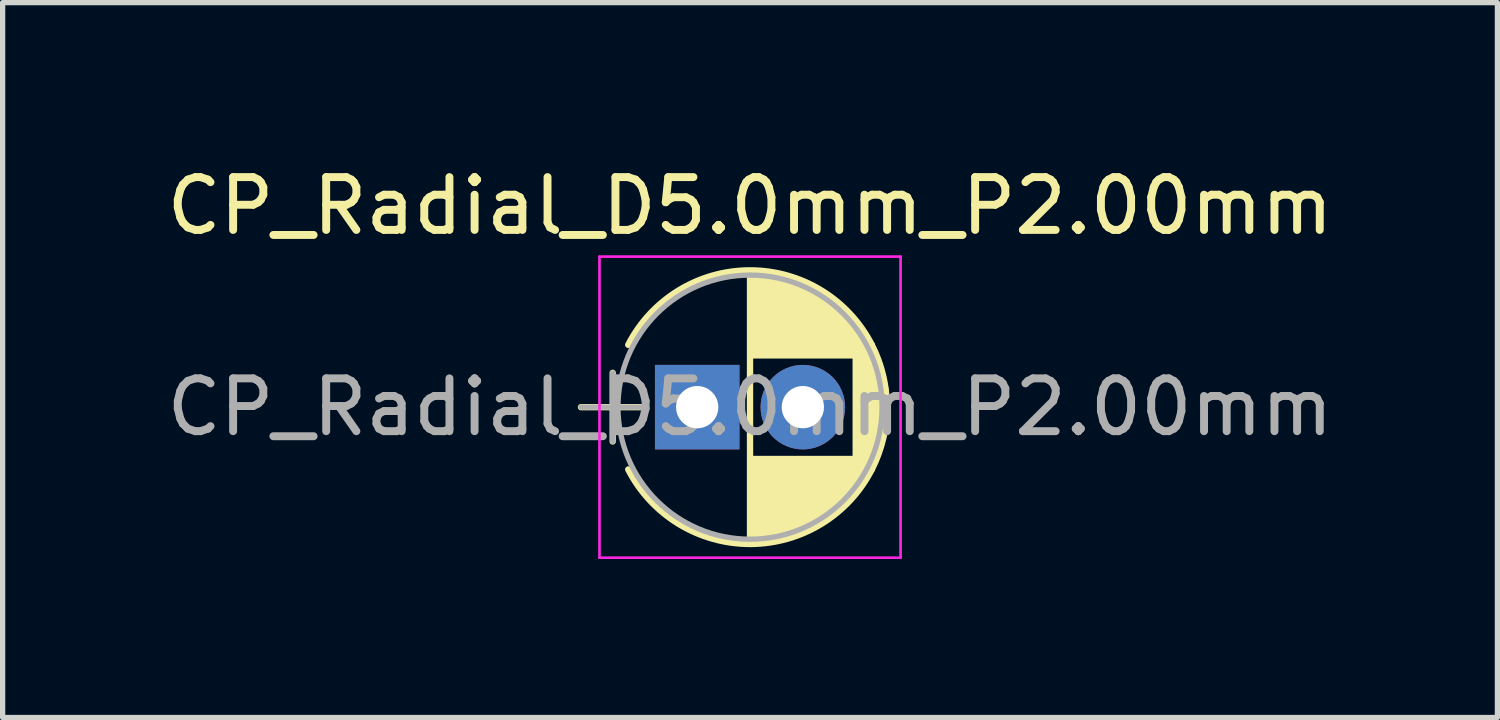
<source format=kicad_pcb>
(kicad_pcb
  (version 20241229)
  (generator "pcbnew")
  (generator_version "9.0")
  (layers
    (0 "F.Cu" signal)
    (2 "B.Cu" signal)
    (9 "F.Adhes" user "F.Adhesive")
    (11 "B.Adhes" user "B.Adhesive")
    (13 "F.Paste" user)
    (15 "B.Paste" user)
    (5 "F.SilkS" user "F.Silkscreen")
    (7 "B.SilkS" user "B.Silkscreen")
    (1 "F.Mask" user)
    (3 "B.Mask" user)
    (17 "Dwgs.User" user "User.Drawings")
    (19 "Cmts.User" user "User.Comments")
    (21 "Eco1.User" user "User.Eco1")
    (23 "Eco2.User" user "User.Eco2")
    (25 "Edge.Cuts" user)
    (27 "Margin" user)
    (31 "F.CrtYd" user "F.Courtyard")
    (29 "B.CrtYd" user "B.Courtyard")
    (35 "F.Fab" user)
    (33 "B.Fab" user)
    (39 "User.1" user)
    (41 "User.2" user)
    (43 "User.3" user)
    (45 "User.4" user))
  (footprint "CP_Radial_D5.0mm_P2.00mm"
    (layer "F.Cu")
    (at 10.149 4.658)
    (property "Reference" "CP_Radial_D5.0mm_P2.00mm" (at 1 -3.81 0) (layer "F.SilkS") (effects (font (size 1 1) (thickness 0.15))))
    (attr through_hole)
    (fp_line (start -2.2 0) (end -1 0) (stroke (width 0.12) (type solid)) (layer "F.SilkS"))
    (fp_line (start -1.6 -0.65) (end -1.6 0.65) (stroke (width 0.12) (type solid)) (layer "F.SilkS"))
    (fp_line (start 1 -2.55) (end 1 2.55) (stroke (width 0.12) (type solid)) (layer "F.SilkS"))
    (fp_line (start 1.04 -2.55) (end 1.04 -0.98) (stroke (width 0.12) (type solid)) (layer "F.SilkS"))
    (fp_line (start 1.04 0.98) (end 1.04 2.55) (stroke (width 0.12) (type solid)) (layer "F.SilkS"))
    (fp_line (start 1.08 -2.549) (end 1.08 -0.98) (stroke (width 0.12) (type solid)) (layer "F.SilkS"))
    (fp_line (start 1.08 0.98) (end 1.08 2.549) (stroke (width 0.12) (type solid)) (layer "F.SilkS"))
    (fp_line (start 1.12 -2.548) (end 1.12 -0.98) (stroke (width 0.12) (type solid)) (layer "F.SilkS"))
    (fp_line (start 1.12 0.98) (end 1.12 2.548) (stroke (width 0.12) (type solid)) (layer "F.SilkS"))
    (fp_line (start 1.16 -2.546) (end 1.16 -0.98) (stroke (width 0.12) (type solid)) (layer "F.SilkS"))
    (fp_line (start 1.16 0.98) (end 1.16 2.546) (stroke (width 0.12) (type solid)) (layer "F.SilkS"))
    (fp_line (start 1.2 -2.543) (end 1.2 -0.98) (stroke (width 0.12) (type solid)) (layer "F.SilkS"))
    (fp_line (start 1.2 0.98) (end 1.2 2.543) (stroke (width 0.12) (type solid)) (layer "F.SilkS"))
    (fp_line (start 1.24 -2.539) (end 1.24 -0.98) (stroke (width 0.12) (type solid)) (layer "F.SilkS"))
    (fp_line (start 1.24 0.98) (end 1.24 2.539) (stroke (width 0.12) (type solid)) (layer "F.SilkS"))
    (fp_line (start 1.28 -2.535) (end 1.28 -0.98) (stroke (width 0.12) (type solid)) (layer "F.SilkS"))
    (fp_line (start 1.28 0.98) (end 1.28 2.535) (stroke (width 0.12) (type solid)) (layer "F.SilkS"))
    (fp_line (start 1.32 -2.531) (end 1.32 -0.98) (stroke (width 0.12) (type solid)) (layer "F.SilkS"))
    (fp_line (start 1.32 0.98) (end 1.32 2.531) (stroke (width 0.12) (type solid)) (layer "F.SilkS"))
    (fp_line (start 1.36 -2.525) (end 1.36 -0.98) (stroke (width 0.12) (type solid)) (layer "F.SilkS"))
    (fp_line (start 1.36 0.98) (end 1.36 2.525) (stroke (width 0.12) (type solid)) (layer "F.SilkS"))
    (fp_line (start 1.4 -2.519) (end 1.4 -0.98) (stroke (width 0.12) (type solid)) (layer "F.SilkS"))
    (fp_line (start 1.4 0.98) (end 1.4 2.519) (stroke (width 0.12) (type solid)) (layer "F.SilkS"))
    (fp_line (start 1.44 -2.513) (end 1.44 -0.98) (stroke (width 0.12) (type solid)) (layer "F.SilkS"))
    (fp_line (start 1.44 0.98) (end 1.44 2.513) (stroke (width 0.12) (type solid)) (layer "F.SilkS"))
    (fp_line (start 1.48 -2.506) (end 1.48 -0.98) (stroke (width 0.12) (type solid)) (layer "F.SilkS"))
    (fp_line (start 1.48 0.98) (end 1.48 2.506) (stroke (width 0.12) (type solid)) (layer "F.SilkS"))
    (fp_line (start 1.52 -2.498) (end 1.52 -0.98) (stroke (width 0.12) (type solid)) (layer "F.SilkS"))
    (fp_line (start 1.52 0.98) (end 1.52 2.498) (stroke (width 0.12) (type solid)) (layer "F.SilkS"))
    (fp_line (start 1.56 -2.489) (end 1.56 -0.98) (stroke (width 0.12) (type solid)) (layer "F.SilkS"))
    (fp_line (start 1.56 0.98) (end 1.56 2.489) (stroke (width 0.12) (type solid)) (layer "F.SilkS"))
    (fp_line (start 1.6 -2.48) (end 1.6 -0.98) (stroke (width 0.12) (type solid)) (layer "F.SilkS"))
    (fp_line (start 1.6 0.98) (end 1.6 2.48) (stroke (width 0.12) (type solid)) (layer "F.SilkS"))
    (fp_line (start 1.64 -2.47) (end 1.64 -0.98) (stroke (width 0.12) (type solid)) (layer "F.SilkS"))
    (fp_line (start 1.64 0.98) (end 1.64 2.47) (stroke (width 0.12) (type solid)) (layer "F.SilkS"))
    (fp_line (start 1.68 -2.46) (end 1.68 -0.98) (stroke (width 0.12) (type solid)) (layer "F.SilkS"))
    (fp_line (start 1.68 0.98) (end 1.68 2.46) (stroke (width 0.12) (type solid)) (layer "F.SilkS"))
    (fp_line (start 1.721 -2.448) (end 1.721 -0.98) (stroke (width 0.12) (type solid)) (layer "F.SilkS"))
    (fp_line (start 1.721 0.98) (end 1.721 2.448) (stroke (width 0.12) (type solid)) (layer "F.SilkS"))
    (fp_line (start 1.761 -2.436) (end 1.761 -0.98) (stroke (width 0.12) (type solid)) (layer "F.SilkS"))
    (fp_line (start 1.761 0.98) (end 1.761 2.436) (stroke (width 0.12) (type solid)) (layer "F.SilkS"))
    (fp_line (start 1.801 -2.424) (end 1.801 -0.98) (stroke (width 0.12) (type solid)) (layer "F.SilkS"))
    (fp_line (start 1.801 0.98) (end 1.801 2.424) (stroke (width 0.12) (type solid)) (layer "F.SilkS"))
    (fp_line (start 1.841 -2.41) (end 1.841 -0.98) (stroke (width 0.12) (type solid)) (layer "F.SilkS"))
    (fp_line (start 1.841 0.98) (end 1.841 2.41) (stroke (width 0.12) (type solid)) (layer "F.SilkS"))
    (fp_line (start 1.881 -2.396) (end 1.881 -0.98) (stroke (width 0.12) (type solid)) (layer "F.SilkS"))
    (fp_line (start 1.881 0.98) (end 1.881 2.396) (stroke (width 0.12) (type solid)) (layer "F.SilkS"))
    (fp_line (start 1.921 -2.382) (end 1.921 -0.98) (stroke (width 0.12) (type solid)) (layer "F.SilkS"))
    (fp_line (start 1.921 0.98) (end 1.921 2.382) (stroke (width 0.12) (type solid)) (layer "F.SilkS"))
    (fp_line (start 1.961 -2.366) (end 1.961 -0.98) (stroke (width 0.12) (type solid)) (layer "F.SilkS"))
    (fp_line (start 1.961 0.98) (end 1.961 2.366) (stroke (width 0.12) (type solid)) (layer "F.SilkS"))
    (fp_line (start 2.001 -2.35) (end 2.001 -0.98) (stroke (width 0.12) (type solid)) (layer "F.SilkS"))
    (fp_line (start 2.001 0.98) (end 2.001 2.35) (stroke (width 0.12) (type solid)) (layer "F.SilkS"))
    (fp_line (start 2.041 -2.333) (end 2.041 -0.98) (stroke (width 0.12) (type solid)) (layer "F.SilkS"))
    (fp_line (start 2.041 0.98) (end 2.041 2.333) (stroke (width 0.12) (type solid)) (layer "F.SilkS"))
    (fp_line (start 2.081 -2.315) (end 2.081 -0.98) (stroke (width 0.12) (type solid)) (layer "F.SilkS"))
    (fp_line (start 2.081 0.98) (end 2.081 2.315) (stroke (width 0.12) (type solid)) (layer "F.SilkS"))
    (fp_line (start 2.121 -2.296) (end 2.121 -0.98) (stroke (width 0.12) (type solid)) (layer "F.SilkS"))
    (fp_line (start 2.121 0.98) (end 2.121 2.296) (stroke (width 0.12) (type solid)) (layer "F.SilkS"))
    (fp_line (start 2.161 -2.276) (end 2.161 -0.98) (stroke (width 0.12) (type solid)) (layer "F.SilkS"))
    (fp_line (start 2.161 0.98) (end 2.161 2.276) (stroke (width 0.12) (type solid)) (layer "F.SilkS"))
    (fp_line (start 2.201 -2.256) (end 2.201 -0.98) (stroke (width 0.12) (type solid)) (layer "F.SilkS"))
    (fp_line (start 2.201 0.98) (end 2.201 2.256) (stroke (width 0.12) (type solid)) (layer "F.SilkS"))
    (fp_line (start 2.241 -2.234) (end 2.241 -0.98) (stroke (width 0.12) (type solid)) (layer "F.SilkS"))
    (fp_line (start 2.241 0.98) (end 2.241 2.234) (stroke (width 0.12) (type solid)) (layer "F.SilkS"))
    (fp_line (start 2.281 -2.212) (end 2.281 -0.98) (stroke (width 0.12) (type solid)) (layer "F.SilkS"))
    (fp_line (start 2.281 0.98) (end 2.281 2.212) (stroke (width 0.12) (type solid)) (layer "F.SilkS"))
    (fp_line (start 2.321 -2.189) (end 2.321 -0.98) (stroke (width 0.12) (type solid)) (layer "F.SilkS"))
    (fp_line (start 2.321 0.98) (end 2.321 2.189) (stroke (width 0.12) (type solid)) (layer "F.SilkS"))
    (fp_line (start 2.361 -2.165) (end 2.361 -0.98) (stroke (width 0.12) (type solid)) (layer "F.SilkS"))
    (fp_line (start 2.361 0.98) (end 2.361 2.165) (stroke (width 0.12) (type solid)) (layer "F.SilkS"))
    (fp_line (start 2.401 -2.14) (end 2.401 -0.98) (stroke (width 0.12) (type solid)) (layer "F.SilkS"))
    (fp_line (start 2.401 0.98) (end 2.401 2.14) (stroke (width 0.12) (type solid)) (layer "F.SilkS"))
    (fp_line (start 2.441 -2.113) (end 2.441 -0.98) (stroke (width 0.12) (type solid)) (layer "F.SilkS"))
    (fp_line (start 2.441 0.98) (end 2.441 2.113) (stroke (width 0.12) (type solid)) (layer "F.SilkS"))
    (fp_line (start 2.481 -2.086) (end 2.481 -0.98) (stroke (width 0.12) (type solid)) (layer "F.SilkS"))
    (fp_line (start 2.481 0.98) (end 2.481 2.086) (stroke (width 0.12) (type solid)) (layer "F.SilkS"))
    (fp_line (start 2.521 -2.058) (end 2.521 -0.98) (stroke (width 0.12) (type solid)) (layer "F.SilkS"))
    (fp_line (start 2.521 0.98) (end 2.521 2.058) (stroke (width 0.12) (type solid)) (layer "F.SilkS"))
    (fp_line (start 2.561 -2.028) (end 2.561 -0.98) (stroke (width 0.12) (type solid)) (layer "F.SilkS"))
    (fp_line (start 2.561 0.98) (end 2.561 2.028) (stroke (width 0.12) (type solid)) (layer "F.SilkS"))
    (fp_line (start 2.601 -1.997) (end 2.601 -0.98) (stroke (width 0.12) (type solid)) (layer "F.SilkS"))
    (fp_line (start 2.601 0.98) (end 2.601 1.997) (stroke (width 0.12) (type solid)) (layer "F.SilkS"))
    (fp_line (start 2.641 -1.965) (end 2.641 -0.98) (stroke (width 0.12) (type solid)) (layer "F.SilkS"))
    (fp_line (start 2.641 0.98) (end 2.641 1.965) (stroke (width 0.12) (type solid)) (layer "F.SilkS"))
    (fp_line (start 2.681 -1.932) (end 2.681 -0.98) (stroke (width 0.12) (type solid)) (layer "F.SilkS"))
    (fp_line (start 2.681 0.98) (end 2.681 1.932) (stroke (width 0.12) (type solid)) (layer "F.SilkS"))
    (fp_line (start 2.721 -1.897) (end 2.721 -0.98) (stroke (width 0.12) (type solid)) (layer "F.SilkS"))
    (fp_line (start 2.721 0.98) (end 2.721 1.897) (stroke (width 0.12) (type solid)) (layer "F.SilkS"))
    (fp_line (start 2.761 -1.861) (end 2.761 -0.98) (stroke (width 0.12) (type solid)) (layer "F.SilkS"))
    (fp_line (start 2.761 0.98) (end 2.761 1.861) (stroke (width 0.12) (type solid)) (layer "F.SilkS"))
    (fp_line (start 2.801 -1.823) (end 2.801 -0.98) (stroke (width 0.12) (type solid)) (layer "F.SilkS"))
    (fp_line (start 2.801 0.98) (end 2.801 1.823) (stroke (width 0.12) (type solid)) (layer "F.SilkS"))
    (fp_line (start 2.841 -1.783) (end 2.841 -0.98) (stroke (width 0.12) (type solid)) (layer "F.SilkS"))
    (fp_line (start 2.841 0.98) (end 2.841 1.783) (stroke (width 0.12) (type solid)) (layer "F.SilkS"))
    (fp_line (start 2.881 -1.742) (end 2.881 -0.98) (stroke (width 0.12) (type solid)) (layer "F.SilkS"))
    (fp_line (start 2.881 0.98) (end 2.881 1.742) (stroke (width 0.12) (type solid)) (layer "F.SilkS"))
    (fp_line (start 2.921 -1.699) (end 2.921 -0.98) (stroke (width 0.12) (type solid)) (layer "F.SilkS"))
    (fp_line (start 2.921 0.98) (end 2.921 1.699) (stroke (width 0.12) (type solid)) (layer "F.SilkS"))
    (fp_line (start 2.961 -1.654) (end 2.961 -0.98) (stroke (width 0.12) (type solid)) (layer "F.SilkS"))
    (fp_line (start 2.961 0.98) (end 2.961 1.654) (stroke (width 0.12) (type solid)) (layer "F.SilkS"))
    (fp_line (start 3.001 -1.606) (end 3.001 1.606) (stroke (width 0.12) (type solid)) (layer "F.SilkS"))
    (fp_line (start 3.041 -1.556) (end 3.041 1.556) (stroke (width 0.12) (type solid)) (layer "F.SilkS"))
    (fp_line (start 3.081 -1.504) (end 3.081 1.504) (stroke (width 0.12) (type solid)) (layer "F.SilkS"))
    (fp_line (start 3.121 -1.448) (end 3.121 1.448) (stroke (width 0.12) (type solid)) (layer "F.SilkS"))
    (fp_line (start 3.161 -1.39) (end 3.161 1.39) (stroke (width 0.12) (type solid)) (layer "F.SilkS"))
    (fp_line (start 3.201 -1.327) (end 3.201 1.327) (stroke (width 0.12) (type solid)) (layer "F.SilkS"))
    (fp_line (start 3.241 -1.261) (end 3.241 1.261) (stroke (width 0.12) (type solid)) (layer "F.SilkS"))
    (fp_line (start 3.281 -1.189) (end 3.281 1.189) (stroke (width 0.12) (type solid)) (layer "F.SilkS"))
    (fp_line (start 3.321 -1.112) (end 3.321 1.112) (stroke (width 0.12) (type solid)) (layer "F.SilkS"))
    (fp_line (start 3.361 -1.028) (end 3.361 1.028) (stroke (width 0.12) (type solid)) (layer "F.SilkS"))
    (fp_line (start 3.401 -0.934) (end 3.401 0.934) (stroke (width 0.12) (type solid)) (layer "F.SilkS"))
    (fp_line (start 3.441 -0.829) (end 3.441 0.829) (stroke (width 0.12) (type solid)) (layer "F.SilkS"))
    (fp_line (start 3.481 -0.707) (end 3.481 0.707) (stroke (width 0.12) (type solid)) (layer "F.SilkS"))
    (fp_line (start 3.521 -0.559) (end 3.521 0.559) (stroke (width 0.12) (type solid)) (layer "F.SilkS"))
    (fp_line (start 3.561 -0.354) (end 3.561 0.354) (stroke (width 0.12) (type solid)) (layer "F.SilkS"))
    (fp_arc (start -1.30558 -1.18) (mid 1.000156 -2.59) (end 3.305722 -1.179722) (stroke (width 0.12) (type solid)) (layer "F.SilkS"))
    (fp_arc (start 3.30558 -1.18) (mid 3.59 -0.000156) (end 3.305722 1.179722) (stroke (width 0.12) (type solid)) (layer "F.SilkS"))
    (fp_arc (start 3.305722 1.179722) (mid 1.000156 2.59) (end -1.30558 1.18) (stroke (width 0.12) (type solid)) (layer "F.SilkS"))
    (fp_line (start -1.85 -2.85) (end -1.85 2.85) (stroke (width 0.05) (type solid)) (layer "F.CrtYd"))
    (fp_line (start -1.85 2.85) (end 3.85 2.85) (stroke (width 0.05) (type solid)) (layer "F.CrtYd"))
    (fp_line (start 3.85 -2.85) (end -1.85 -2.85) (stroke (width 0.05) (type solid)) (layer "F.CrtYd"))
    (fp_line (start 3.85 2.85) (end 3.85 -2.85) (stroke (width 0.05) (type solid)) (layer "F.CrtYd"))
    (fp_line (start -2.2 0) (end -1 0) (stroke (width 0.1) (type solid)) (layer "F.Fab"))
    (fp_line (start -1.6 -0.65) (end -1.6 0.65) (stroke (width 0.1) (type solid)) (layer "F.Fab"))
    (fp_circle (center 1 0) (end 3.5 0) (stroke (width 0.1) (type solid)) (fill no) (layer "F.Fab"))
    (fp_text user "${REFERENCE}" (at 1 0 0) (layer "F.Fab") (effects (font (size 1 1) (thickness 0.15))))
    (pad "1" thru_hole rect (at 0 0) (size 1.6 1.6) (drill 0.8) (layers "*.Cu" "*.Mask"))
    (pad "2" thru_hole circle (at 2 0) (size 1.6 1.6) (drill 0.8) (layers "*.Cu" "*.Mask")))
  (gr_rect
    (start -3 -3)
    (end 25.298 10.533)
    (stroke (width 0.1) (type default))
    (fill no)
    (layer "Edge.Cuts")))
</source>
